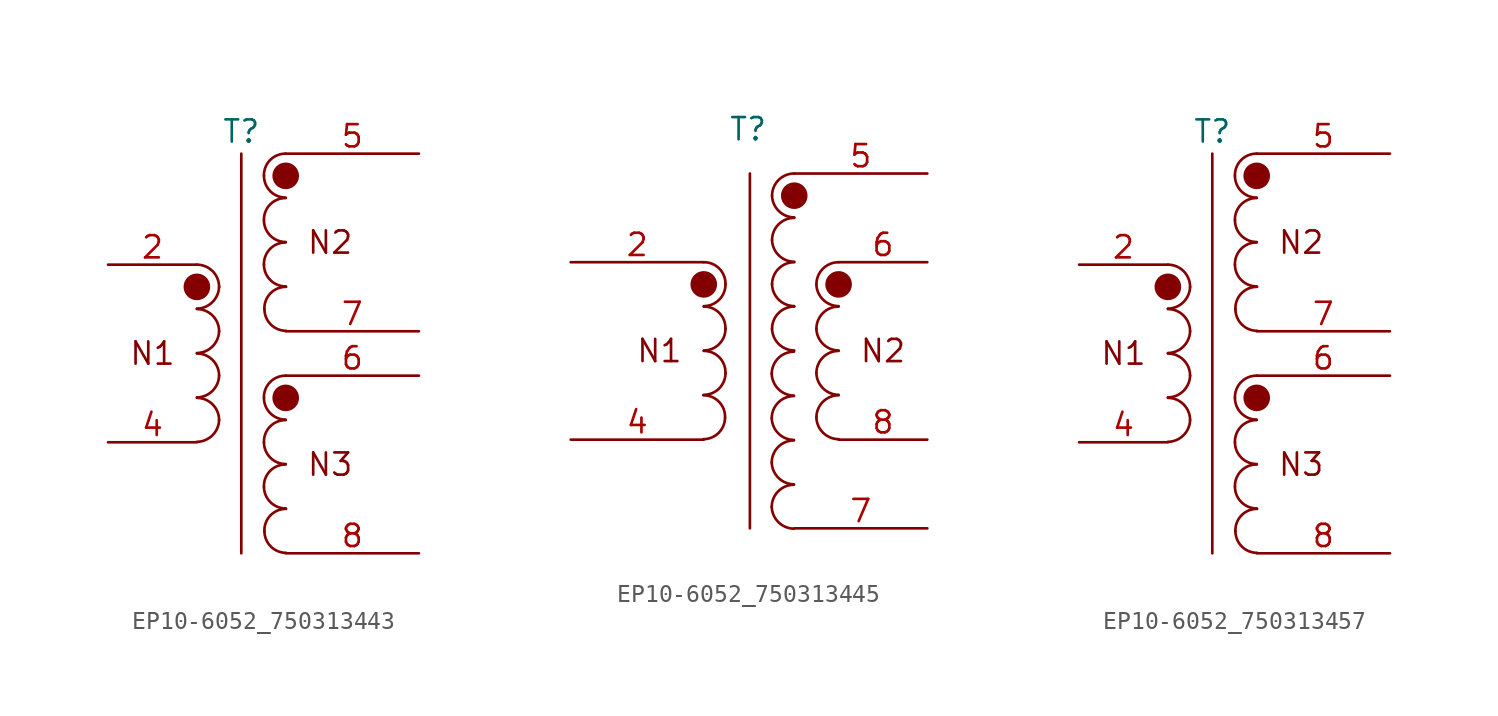
<source format=kicad_sym>
(kicad_symbol_lib
  (version 20220914)
  (generator kicad_symbol_editor)
  (symbol "EP10-6052_750313443"
    (pin_names hide)
    (property "Reference" "T"
      (at 0 12.7 0)
      (effects (font (size 1.27 1.27))))
    (property "Critical Parameter" ""
      (at 0 -5.08 0)
      (effects (font (size 1.27 1.27))))
    (symbol "EP10-6052_750313443_0_1"
      (arc (start -2.54 -5.0546) (mid -1.6561 -4.6863) (end -1.27 -3.81) (stroke (width 0) (type default)) (fill (type none)))
      (arc (start -2.54 -2.5146) (mid -1.6561 -2.1463) (end -1.27 -1.27) (stroke (width 0) (type default)) (fill (type none)))
      (arc (start -2.54 0.0254) (mid -1.6561 0.3937) (end -1.27 1.27) (stroke (width 0) (type default)) (fill (type none)))
      (arc (start -2.54 2.5654) (mid -1.6561 2.9337) (end -1.27 3.81) (stroke (width 0) (type default)) (fill (type none)))
      (arc (start -1.27 -3.81) (mid -1.642 -2.912) (end -2.54 -2.54) (stroke (width 0) (type default)) (fill (type none)))
      (arc (start -1.27 -1.27) (mid -1.642 -0.372) (end -2.54 0) (stroke (width 0) (type default)) (fill (type none)))
      (arc (start -1.27 1.27) (mid -1.642 2.168) (end -2.54 2.54) (stroke (width 0) (type default)) (fill (type none)))
      (arc (start -1.27 3.81) (mid -1.642 4.708) (end -2.54 5.08) (stroke (width 0) (type default)) (fill (type none)))
      (polyline (pts (xy 0 11.43) (xy 0 -11.43)) (stroke (width 0) (type default)) (fill (type none)))
      (arc (start 1.2954 -7.62) (mid 1.6601 -8.4999) (end 2.54 -8.8646) (stroke (width 0) (type default)) (fill (type none)))
      (arc (start 1.2954 -5.08) (mid 1.6601 -5.9599) (end 2.54 -6.3246) (stroke (width 0) (type default)) (fill (type none)))
      (arc (start 1.2954 -2.54) (mid 1.6601 -3.4199) (end 2.54 -3.7846) (stroke (width 0) (type default)) (fill (type none)))
      (arc (start 1.2954 5.08) (mid 1.66 4.2001) (end 2.54 3.8354) (stroke (width 0) (type default)) (fill (type none)))
      (arc (start 1.2954 7.62) (mid 1.66 6.7401) (end 2.54 6.3754) (stroke (width 0) (type default)) (fill (type none)))
      (arc (start 1.2954 10.16) (mid 1.66 9.2801) (end 2.54 8.9154) (stroke (width 0) (type default)) (fill (type none)))
      (arc (start 1.3208 -10.16) (mid 1.6855 -11.0399) (end 2.5654 -11.4046) (stroke (width 0) (type default)) (fill (type none)))
      (arc (start 1.3208 2.54) (mid 1.6855 1.6601) (end 2.5654 1.2954) (stroke (width 0) (type default)) (fill (type none)))
      (arc (start 2.54 -6.35) (mid 1.6461 -6.7188) (end 1.2954 -7.62) (stroke (width 0) (type default)) (fill (type none)))
      (arc (start 2.54 -3.81) (mid 1.6461 -4.1788) (end 1.2954 -5.08) (stroke (width 0) (type default)) (fill (type none)))
      (arc (start 2.54 -1.27) (mid 1.6461 -1.6388) (end 1.2954 -2.54) (stroke (width 0) (type default)) (fill (type none)))
      (arc (start 2.54 6.35) (mid 1.6461 5.9814) (end 1.2954 5.08) (stroke (width 0) (type default)) (fill (type none)))
      (arc (start 2.54 8.89) (mid 1.6461 8.5214) (end 1.2954 7.62) (stroke (width 0) (type default)) (fill (type none)))
      (arc (start 2.54 11.43) (mid 1.6461 11.0614) (end 1.2954 10.16) (stroke (width 0) (type default)) (fill (type none)))
      (arc (start 2.5654 -8.89) (mid 1.6706 -9.258) (end 1.3208 -10.16) (stroke (width 0) (type default)) (fill (type none)))
      (arc (start 2.5654 3.81) (mid 1.6705 3.4419) (end 1.3208 2.54) (stroke (width 0) (type default)) (fill (type none))))
    (symbol "EP10-6052_750313443_1_1"
      (circle (center -2.54 3.81) (radius 0.0001) (stroke (width 0.762) (type default)) (fill (type none)))
      (circle (center 2.54 -2.54) (radius 0.0001) (stroke (width 0.762) (type default)) (fill (type none)))
      (circle (center 2.54 10.16) (radius 0.0001) (stroke (width 0.762) (type default)) (fill (type none)))
      (text "N1" (at -5.08 0 0) (effects (font (size 1.27 1.27))))
      (text "N2" (at 5.08 6.35 0) (effects (font (size 1.27 1.27))))
      (text "N3" (at 5.08 -6.35 0) (effects (font (size 1.27 1.27))))
      (pin passive line (at -7.62 5.08 0) (length 5.08) (name "2" (effects (font (size 1.27 1.27)))) (number "2" (effects (font (size 1.27 1.27)))))
      (pin passive line (at -7.62 -5.08 0) (length 5.08) (name "4" (effects (font (size 1.27 1.27)))) (number "4" (effects (font (size 1.27 1.27)))))
      (pin passive line (at 10.16 11.43 180) (length 7.62) (name "5" (effects (font (size 1.27 1.27)))) (number "5" (effects (font (size 1.27 1.27)))))
      (pin passive line (at 10.16 -1.27 180) (length 7.62) (name "6" (effects (font (size 1.27 1.27)))) (number "6" (effects (font (size 1.27 1.27)))))
      (pin passive line (at 10.16 1.27 180) (length 7.62) (name "7" (effects (font (size 1.27 1.27)))) (number "7" (effects (font (size 1.27 1.27)))))
      (pin passive line (at 10.16 -11.43 180) (length 7.62) (name "8" (effects (font (size 1.27 1.27)))) (number "8" (effects (font (size 1.27 1.27)))))))
  (symbol "EP10-6052_750313445"
    (pin_names hide)
    (property "Reference" "T"
      (at 0 12.7 0)
      (effects (font (size 1.27 1.27))))
    (property "Critical Parameter" ""
      (at 0 -5.08 0)
      (effects (font (size 1.27 1.27))))
    (symbol "EP10-6052_750313445_0_1"
      (arc (start -2.5654 -5.0546) (mid -1.6855 -4.6899) (end -1.3208 -3.81) (stroke (width 0) (type default)) (fill (type none)))
      (arc (start -2.54 -2.5146) (mid -1.6596 -2.1504) (end -1.2954 -1.27) (stroke (width 0) (type default)) (fill (type none)))
      (arc (start -2.54 0.0254) (mid -1.6596 0.3896) (end -1.2954 1.27) (stroke (width 0) (type default)) (fill (type none)))
      (arc (start -2.54 2.5654) (mid -1.6596 2.9296) (end -1.2954 3.81) (stroke (width 0) (type default)) (fill (type none)))
      (arc (start -1.3208 -3.81) (mid -1.6712 -2.9086) (end -2.5654 -2.54) (stroke (width 0) (type default)) (fill (type none)))
      (arc (start -1.2954 -1.27) (mid -1.6455 -0.3683) (end -2.54 0) (stroke (width 0) (type default)) (fill (type none)))
      (arc (start -1.2954 1.27) (mid -1.6455 2.1717) (end -2.54 2.54) (stroke (width 0) (type default)) (fill (type none)))
      (arc (start -1.2954 3.81) (mid -1.6455 4.7117) (end -2.54 5.08) (stroke (width 0) (type default)) (fill (type none)))
      (polyline (pts (xy 0.102 10.16) (xy 0.102 -10.16)) (stroke (width 0) (type default)) (fill (type none)))
      (arc (start 1.3531 -8.9345) (mid 1.7392 -9.8108) (end 2.6231 -10.1791) (stroke (width 0) (type default)) (fill (type none)))
      (arc (start 1.3531 -6.3945) (mid 1.7392 -7.2708) (end 2.6231 -7.6391) (stroke (width 0) (type default)) (fill (type none)))
      (arc (start 1.3531 -3.8545) (mid 1.7392 -4.7308) (end 2.6231 -5.0991) (stroke (width 0) (type default)) (fill (type none)))
      (arc (start 1.3531 -1.3145) (mid 1.7392 -2.1908) (end 2.6231 -2.5591) (stroke (width 0) (type default)) (fill (type none)))
      (arc (start 1.3716 1.27) (mid 1.7577 0.3937) (end 2.6416 0.0254) (stroke (width 0) (type default)) (fill (type none)))
      (arc (start 1.3716 3.81) (mid 1.7577 2.9337) (end 2.6416 2.5654) (stroke (width 0) (type default)) (fill (type none)))
      (arc (start 1.3716 6.35) (mid 1.7577 5.4737) (end 2.6416 5.1054) (stroke (width 0) (type default)) (fill (type none)))
      (arc (start 1.3716 8.89) (mid 1.7577 8.0137) (end 2.6416 7.6454) (stroke (width 0) (type default)) (fill (type none)))
      (arc (start 2.6231 -7.6645) (mid 1.7252 -8.0366) (end 1.3531 -8.9345) (stroke (width 0) (type default)) (fill (type none)))
      (arc (start 2.6231 -5.1245) (mid 1.7252 -5.4966) (end 1.3531 -6.3945) (stroke (width 0) (type default)) (fill (type none)))
      (arc (start 2.6231 -2.5845) (mid 1.7252 -2.9566) (end 1.3531 -3.8545) (stroke (width 0) (type default)) (fill (type none)))
      (arc (start 2.6231 -0.0445) (mid 1.7252 -0.4166) (end 1.3531 -1.3145) (stroke (width 0) (type default)) (fill (type none)))
      (arc (start 2.6416 2.54) (mid 1.7436 2.168) (end 1.3716 1.27) (stroke (width 0) (type default)) (fill (type none)))
      (arc (start 2.6416 5.08) (mid 1.7436 4.708) (end 1.3716 3.81) (stroke (width 0) (type default)) (fill (type none)))
      (arc (start 2.6416 7.62) (mid 1.7436 7.248) (end 1.3716 6.35) (stroke (width 0) (type default)) (fill (type none)))
      (arc (start 2.6416 10.16) (mid 1.7436 9.788) (end 1.3716 8.89) (stroke (width 0) (type default)) (fill (type none)))
      (arc (start 3.9116 -3.81) (mid 4.2976 -4.6864) (end 5.1816 -5.0546) (stroke (width 0) (type default)) (fill (type none)))
      (arc (start 3.9116 -1.27) (mid 4.2976 -2.1464) (end 5.1816 -2.5146) (stroke (width 0) (type default)) (fill (type none)))
      (arc (start 3.9116 1.27) (mid 4.2976 0.3936) (end 5.1816 0.0254) (stroke (width 0) (type default)) (fill (type none)))
      (arc (start 3.9116 3.81) (mid 4.2976 2.9336) (end 5.1816 2.5654) (stroke (width 0) (type default)) (fill (type none)))
      (arc (start 5.1816 -2.54) (mid 4.2836 -2.912) (end 3.9116 -3.81) (stroke (width 0) (type default)) (fill (type none)))
      (arc (start 5.1816 0) (mid 4.2836 -0.372) (end 3.9116 -1.27) (stroke (width 0) (type default)) (fill (type none)))
      (arc (start 5.1816 2.54) (mid 4.2836 2.168) (end 3.9116 1.27) (stroke (width 0) (type default)) (fill (type none)))
      (arc (start 5.1816 5.08) (mid 4.2836 4.708) (end 3.9116 3.81) (stroke (width 0) (type default)) (fill (type none))))
    (symbol "EP10-6052_750313445_1_1"
      (circle (center -2.54 3.81) (radius 0.0001) (stroke (width 0.762) (type default)) (fill (type none)))
      (circle (center 2.642 8.89) (radius 0.0001) (stroke (width 0.762) (type default)) (fill (type none)))
      (circle (center 5.182 3.81) (radius 0.0001) (stroke (width 0.762) (type default)) (fill (type none)))
      (text "N1" (at -5.08 0 0) (effects (font (size 1.27 1.27))))
      (text "N2" (at 7.722 0 0) (effects (font (size 1.27 1.27))))
      (pin passive line (at -10.16 5.08 0) (length 7.62) (name "2" (effects (font (size 1.27 1.27)))) (number "2" (effects (font (size 1.27 1.27)))))
      (pin passive line (at -10.16 -5.08 0) (length 7.62) (name "4" (effects (font (size 1.27 1.27)))) (number "4" (effects (font (size 1.27 1.27)))))
      (pin passive line (at 10.262 10.16 180) (length 7.62) (name "5" (effects (font (size 1.27 1.27)))) (number "5" (effects (font (size 1.27 1.27)))))
      (pin passive line (at 10.262 5.08 180) (length 5.08) (name "6" (effects (font (size 1.27 1.27)))) (number "6" (effects (font (size 1.27 1.27)))))
      (pin passive line (at 10.262 -10.16 180) (length 7.62) (name "7" (effects (font (size 1.27 1.27)))) (number "7" (effects (font (size 1.27 1.27)))))
      (pin passive line (at 10.262 -5.08 180) (length 5.08) (name "8" (effects (font (size 1.27 1.27)))) (number "8" (effects (font (size 1.27 1.27)))))))
  (symbol "EP10-6052_750313457"
    (pin_names hide)
    (property "Reference" "T"
      (at 0 12.7 0)
      (effects (font (size 1.27 1.27))))
    (property "Critical Parameter" ""
      (at 0 -5.08 0)
      (effects (font (size 1.27 1.27))))
    (symbol "EP10-6052_750313457_0_1"
      (arc (start -2.54 -5.0546) (mid -1.6561 -4.6863) (end -1.27 -3.81) (stroke (width 0) (type default)) (fill (type none)))
      (arc (start -2.54 -2.5146) (mid -1.6561 -2.1463) (end -1.27 -1.27) (stroke (width 0) (type default)) (fill (type none)))
      (arc (start -2.54 0.0254) (mid -1.6561 0.3937) (end -1.27 1.27) (stroke (width 0) (type default)) (fill (type none)))
      (arc (start -2.54 2.5654) (mid -1.6561 2.9337) (end -1.27 3.81) (stroke (width 0) (type default)) (fill (type none)))
      (arc (start -1.27 -3.81) (mid -1.642 -2.912) (end -2.54 -2.54) (stroke (width 0) (type default)) (fill (type none)))
      (arc (start -1.27 -1.27) (mid -1.642 -0.372) (end -2.54 0) (stroke (width 0) (type default)) (fill (type none)))
      (arc (start -1.27 1.27) (mid -1.642 2.168) (end -2.54 2.54) (stroke (width 0) (type default)) (fill (type none)))
      (arc (start -1.27 3.81) (mid -1.642 4.708) (end -2.54 5.08) (stroke (width 0) (type default)) (fill (type none)))
      (polyline (pts (xy 0 11.43) (xy 0 -11.43)) (stroke (width 0) (type default)) (fill (type none)))
      (arc (start 1.2954 -7.62) (mid 1.6601 -8.4999) (end 2.54 -8.8646) (stroke (width 0) (type default)) (fill (type none)))
      (arc (start 1.2954 -5.08) (mid 1.6601 -5.9599) (end 2.54 -6.3246) (stroke (width 0) (type default)) (fill (type none)))
      (arc (start 1.2954 -2.54) (mid 1.6601 -3.4199) (end 2.54 -3.7846) (stroke (width 0) (type default)) (fill (type none)))
      (arc (start 1.2954 5.08) (mid 1.66 4.2001) (end 2.54 3.8354) (stroke (width 0) (type default)) (fill (type none)))
      (arc (start 1.2954 7.62) (mid 1.66 6.7401) (end 2.54 6.3754) (stroke (width 0) (type default)) (fill (type none)))
      (arc (start 1.2954 10.16) (mid 1.66 9.2801) (end 2.54 8.9154) (stroke (width 0) (type default)) (fill (type none)))
      (arc (start 1.3208 -10.16) (mid 1.6855 -11.0399) (end 2.5654 -11.4046) (stroke (width 0) (type default)) (fill (type none)))
      (arc (start 1.3208 2.54) (mid 1.6855 1.6601) (end 2.5654 1.2954) (stroke (width 0) (type default)) (fill (type none)))
      (arc (start 2.54 -6.35) (mid 1.6461 -6.7188) (end 1.2954 -7.62) (stroke (width 0) (type default)) (fill (type none)))
      (arc (start 2.54 -3.81) (mid 1.6461 -4.1788) (end 1.2954 -5.08) (stroke (width 0) (type default)) (fill (type none)))
      (arc (start 2.54 -1.27) (mid 1.6461 -1.6388) (end 1.2954 -2.54) (stroke (width 0) (type default)) (fill (type none)))
      (arc (start 2.54 6.35) (mid 1.6461 5.9814) (end 1.2954 5.08) (stroke (width 0) (type default)) (fill (type none)))
      (arc (start 2.54 8.89) (mid 1.6461 8.5214) (end 1.2954 7.62) (stroke (width 0) (type default)) (fill (type none)))
      (arc (start 2.54 11.43) (mid 1.6461 11.0614) (end 1.2954 10.16) (stroke (width 0) (type default)) (fill (type none)))
      (arc (start 2.5654 -8.89) (mid 1.6706 -9.258) (end 1.3208 -10.16) (stroke (width 0) (type default)) (fill (type none)))
      (arc (start 2.5654 3.81) (mid 1.6705 3.4419) (end 1.3208 2.54) (stroke (width 0) (type default)) (fill (type none))))
    (symbol "EP10-6052_750313457_1_1"
      (circle (center -2.54 3.81) (radius 0.0001) (stroke (width 0.762) (type default)) (fill (type none)))
      (circle (center 2.54 -2.54) (radius 0.0001) (stroke (width 0.762) (type default)) (fill (type none)))
      (circle (center 2.54 10.16) (radius 0.0001) (stroke (width 0.762) (type default)) (fill (type none)))
      (text "N1" (at -5.08 0 0) (effects (font (size 1.27 1.27))))
      (text "N2" (at 5.08 6.35 0) (effects (font (size 1.27 1.27))))
      (text "N3" (at 5.08 -6.35 0) (effects (font (size 1.27 1.27))))
      (pin passive line (at -7.62 5.08 0) (length 5.08) (name "2" (effects (font (size 1.27 1.27)))) (number "2" (effects (font (size 1.27 1.27)))))
      (pin passive line (at -7.62 -5.08 0) (length 5.08) (name "4" (effects (font (size 1.27 1.27)))) (number "4" (effects (font (size 1.27 1.27)))))
      (pin passive line (at 10.16 11.43 180) (length 7.62) (name "5" (effects (font (size 1.27 1.27)))) (number "5" (effects (font (size 1.27 1.27)))))
      (pin passive line (at 10.16 -1.27 180) (length 7.62) (name "6" (effects (font (size 1.27 1.27)))) (number "6" (effects (font (size 1.27 1.27)))))
      (pin passive line (at 10.16 1.27 180) (length 7.62) (name "7" (effects (font (size 1.27 1.27)))) (number "7" (effects (font (size 1.27 1.27)))))
      (pin passive line (at 10.16 -11.43 180) (length 7.62) (name "8" (effects (font (size 1.27 1.27)))) (number "8" (effects (font (size 1.27 1.27))))))))
</source>
